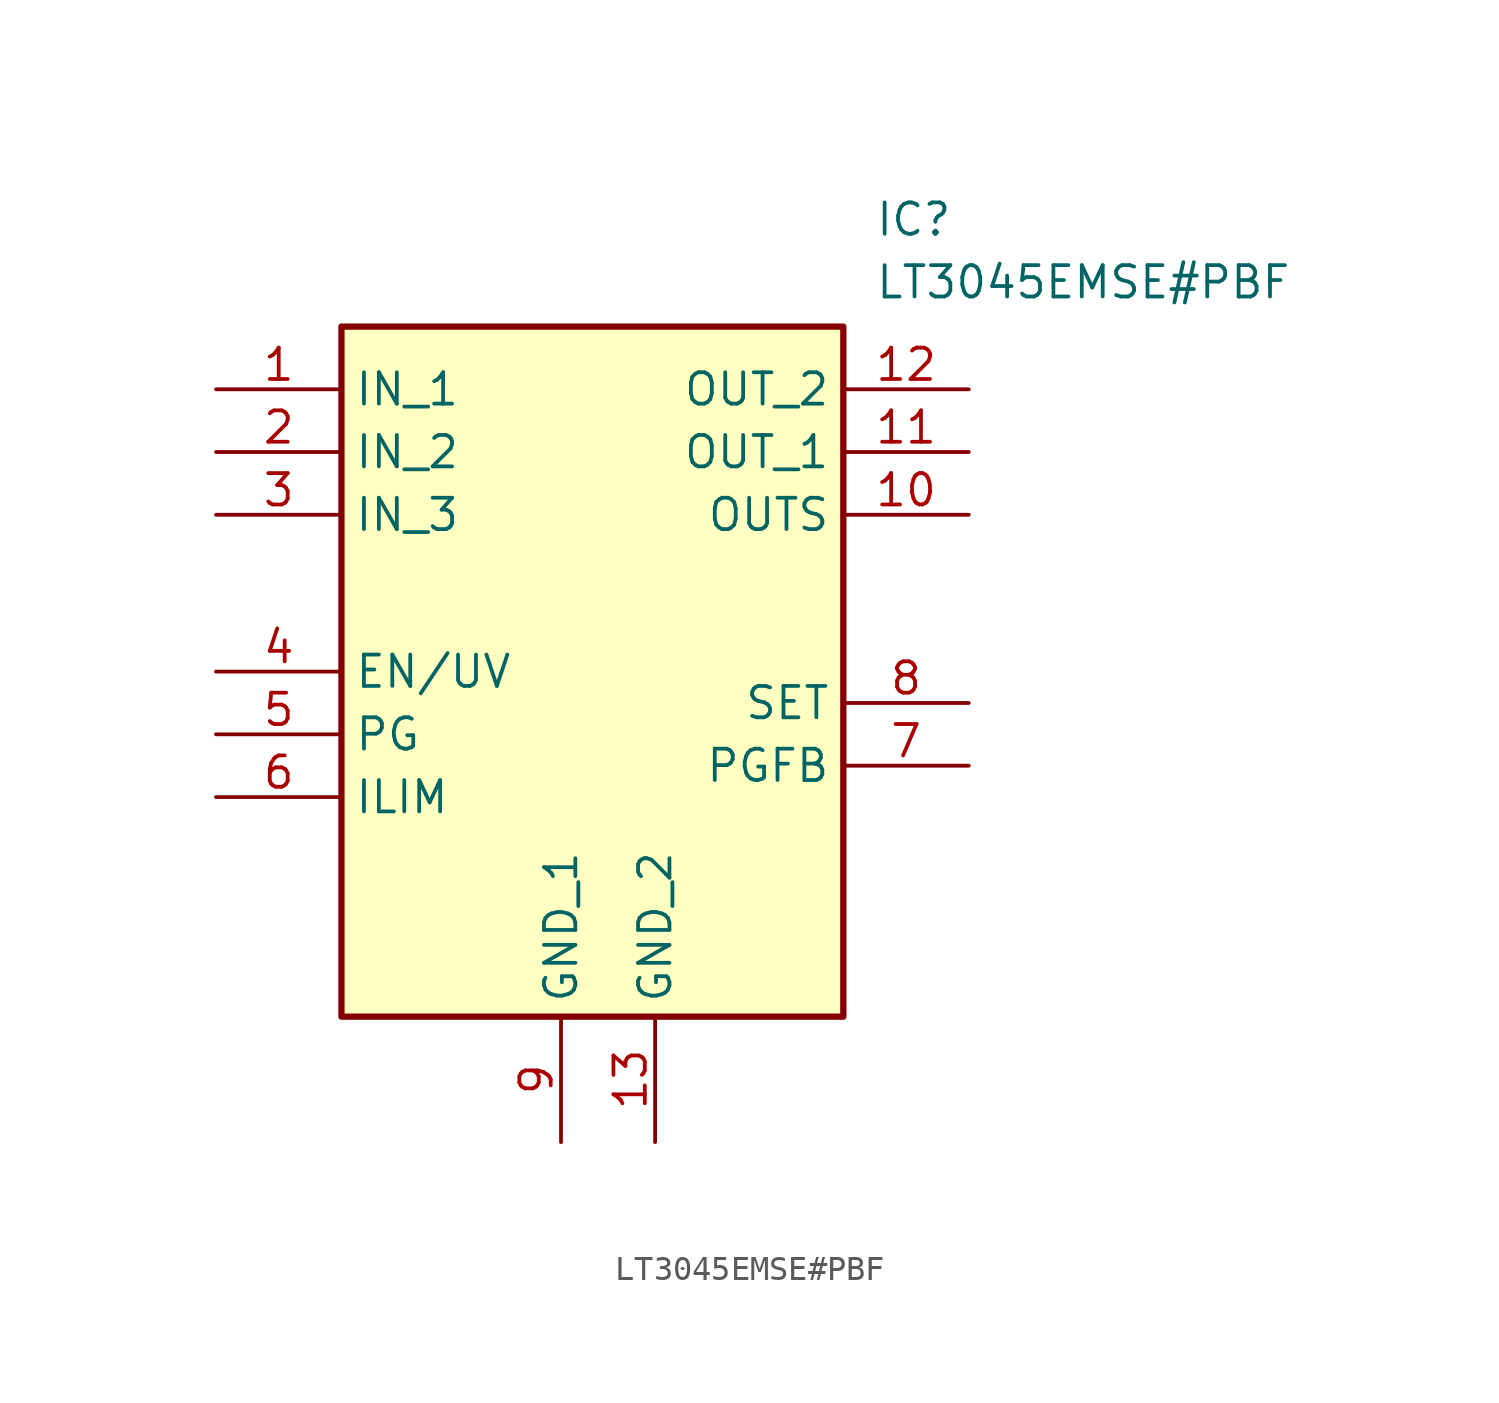
<source format=kicad_sym>
(kicad_symbol_lib
  (version 20241209)
  (generator "kicad_symbol_editor")
  (generator_version "9.0")
  (symbol "LT3045EMSE#PBF"
    (property "Reference" "IC"
      (at 26.67 7.62 0)
      (effects (font (size 1.27 1.27)) (justify left top)))
    (property "Value" "LT3045EMSE#PBF"
      (at 26.67 5.08 0)
      (effects (font (size 1.27 1.27)) (justify left top)))
    (symbol "LT3045EMSE#PBF_1_1"
      (rectangle (start 5.08 2.54) (end 25.4 -25.4) (stroke (width 0.254) (type default)) (fill (type background)))
      (pin passive line (at 0 0 0) (length 5.08) (name "IN_1" (effects (font (size 1.27 1.27)))) (number "1" (effects (font (size 1.27 1.27)))))
      (pin passive line (at 0 -2.54 0) (length 5.08) (name "IN_2" (effects (font (size 1.27 1.27)))) (number "2" (effects (font (size 1.27 1.27)))))
      (pin passive line (at 0 -5.08 0) (length 5.08) (name "IN_3" (effects (font (size 1.27 1.27)))) (number "3" (effects (font (size 1.27 1.27)))))
      (pin passive line (at 0 -11.43 0) (length 5.08) (name "EN/UV" (effects (font (size 1.27 1.27)))) (number "4" (effects (font (size 1.27 1.27)))))
      (pin passive line (at 0 -13.97 0) (length 5.08) (name "PG" (effects (font (size 1.27 1.27)))) (number "5" (effects (font (size 1.27 1.27)))))
      (pin passive line (at 0 -16.51 0) (length 5.08) (name "ILIM" (effects (font (size 1.27 1.27)))) (number "6" (effects (font (size 1.27 1.27)))))
      (pin passive line (at 13.97 -30.48 90) (length 5.08) (name "GND_1" (effects (font (size 1.27 1.27)))) (number "9" (effects (font (size 1.27 1.27)))))
      (pin passive line (at 17.78 -30.48 90) (length 5.08) (name "GND_2" (effects (font (size 1.27 1.27)))) (number "13" (effects (font (size 1.27 1.27)))))
      (pin passive line (at 30.48 0 180) (length 5.08) (name "OUT_2" (effects (font (size 1.27 1.27)))) (number "12" (effects (font (size 1.27 1.27)))))
      (pin passive line (at 30.48 -2.54 180) (length 5.08) (name "OUT_1" (effects (font (size 1.27 1.27)))) (number "11" (effects (font (size 1.27 1.27)))))
      (pin passive line (at 30.48 -5.08 180) (length 5.08) (name "OUTS" (effects (font (size 1.27 1.27)))) (number "10" (effects (font (size 1.27 1.27)))))
      (pin passive line (at 30.48 -12.7 180) (length 5.08) (name "SET" (effects (font (size 1.27 1.27)))) (number "8" (effects (font (size 1.27 1.27)))))
      (pin passive line (at 30.48 -15.24 180) (length 5.08) (name "PGFB" (effects (font (size 1.27 1.27)))) (number "7" (effects (font (size 1.27 1.27))))))))
</source>
